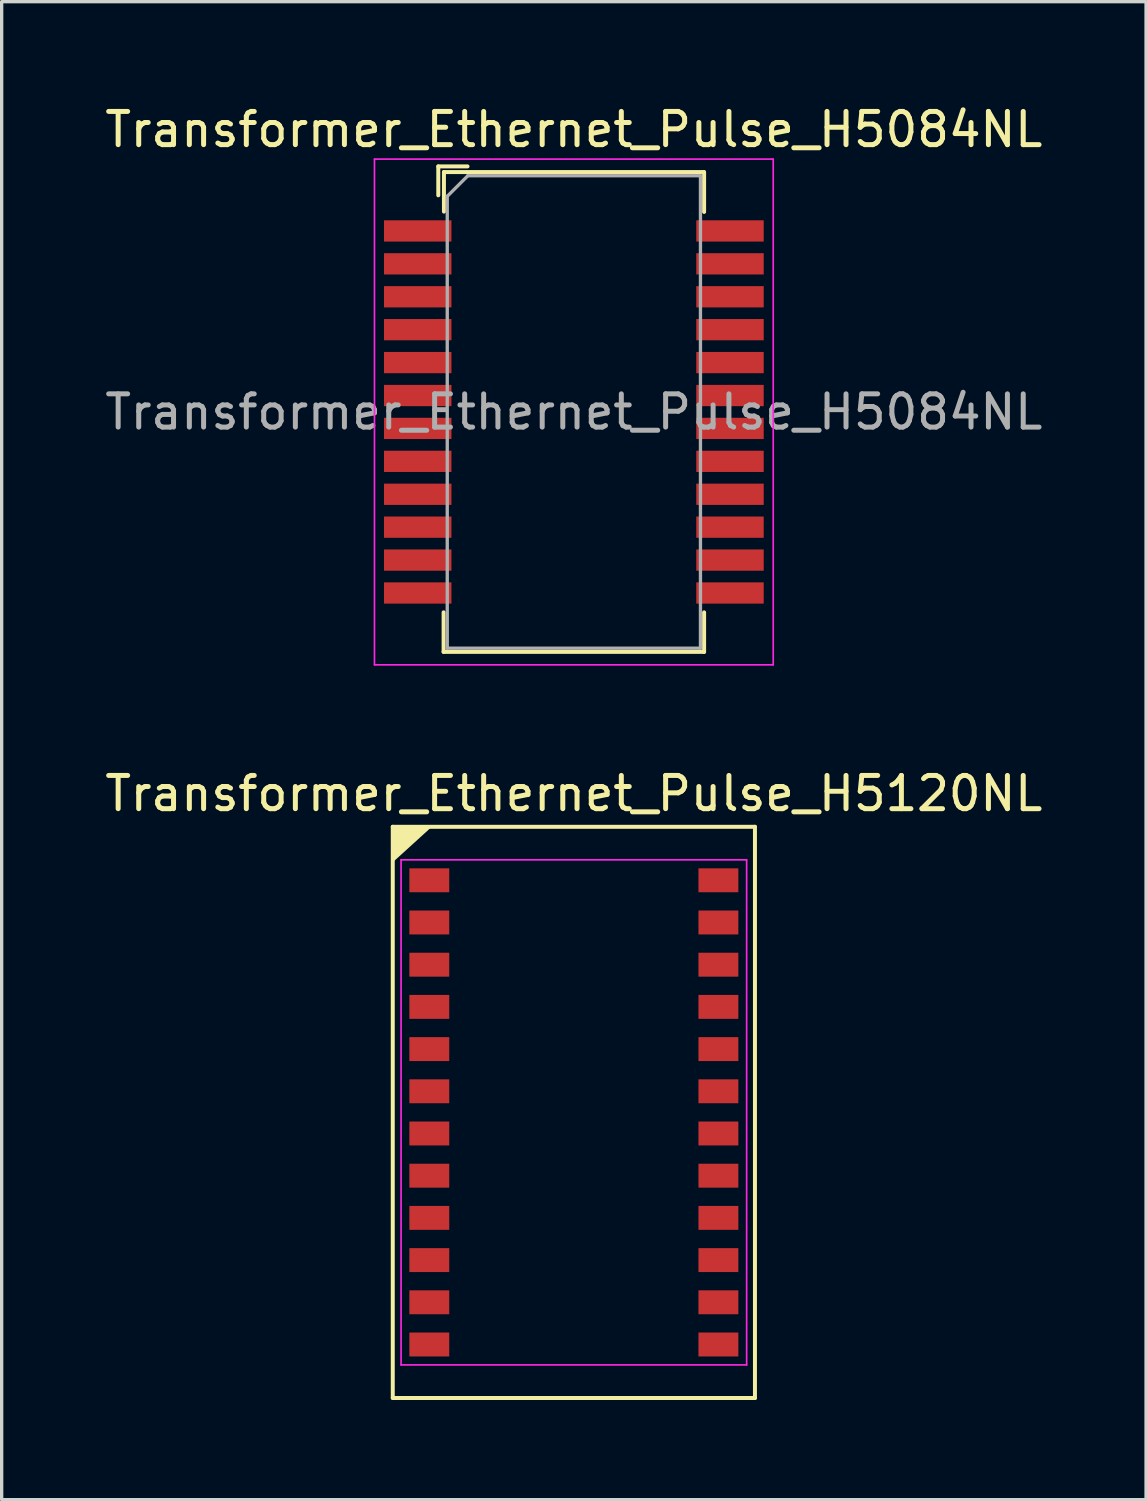
<source format=kicad_pcb>
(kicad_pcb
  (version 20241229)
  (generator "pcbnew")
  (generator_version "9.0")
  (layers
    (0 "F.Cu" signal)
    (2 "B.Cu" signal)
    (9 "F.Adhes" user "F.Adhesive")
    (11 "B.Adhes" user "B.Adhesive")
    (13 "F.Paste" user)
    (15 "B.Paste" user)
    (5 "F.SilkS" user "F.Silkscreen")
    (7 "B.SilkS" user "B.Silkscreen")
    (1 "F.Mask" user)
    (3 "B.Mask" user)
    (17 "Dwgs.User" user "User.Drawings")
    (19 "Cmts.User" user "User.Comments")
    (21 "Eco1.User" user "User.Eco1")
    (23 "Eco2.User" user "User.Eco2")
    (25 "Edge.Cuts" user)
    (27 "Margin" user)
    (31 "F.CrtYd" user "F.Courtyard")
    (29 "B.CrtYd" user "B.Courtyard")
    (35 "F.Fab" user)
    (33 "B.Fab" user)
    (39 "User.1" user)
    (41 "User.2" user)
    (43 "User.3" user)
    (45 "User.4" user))
  (footprint "Transformer_Ethernet_Pulse_H5120NL"
    (layer "F.Cu")
    (at 14.22 30.427)
    (property "Reference" "Transformer_Ethernet_Pulse_H5120NL" (at 0 -9.595 0) (layer "F.SilkS") (effects (font (size 1 1) (thickness 0.15))))
    (attr smd)
    (fp_line (start -5.45 -8.595) (end 5.45 -8.595) (stroke (width 0.12) (type solid)) (layer "F.SilkS"))
    (fp_line (start -5.45 8.595) (end -5.45 -8.595) (stroke (width 0.12) (type solid)) (layer "F.SilkS"))
    (fp_line (start 5.45 -8.595) (end 5.45 8.595) (stroke (width 0.12) (type solid)) (layer "F.SilkS"))
    (fp_line (start 5.45 8.595) (end -5.45 8.595) (stroke (width 0.12) (type solid)) (layer "F.SilkS"))
    (fp_poly (pts (xy -5.45 -7.595) (xy -5.45 -8.595) (xy -4.35 -8.595)) (stroke (width 0.1) (type solid)) (fill yes) (layer "F.SilkS"))
    (fp_line (start -5.2 -7.6) (end 5.2 -7.6) (stroke (width 0.05) (type solid)) (layer "F.CrtYd"))
    (fp_line (start -5.2 7.6) (end -5.2 -7.6) (stroke (width 0.05) (type solid)) (layer "F.CrtYd"))
    (fp_line (start 5.2 -7.6) (end 5.2 7.6) (stroke (width 0.05) (type solid)) (layer "F.CrtYd"))
    (fp_line (start 5.2 7.6) (end -5.2 7.6) (stroke (width 0.05) (type solid)) (layer "F.CrtYd"))
    (pad "1" smd rect (at -4.35 -6.985 270) (size 0.72 1.2) (layers "F.Cu" "F.Mask" "F.Paste"))
    (pad "2" smd rect (at -4.35 -5.715 270) (size 0.72 1.2) (layers "F.Cu" "F.Mask" "F.Paste"))
    (pad "3" smd rect (at -4.35 -4.445 270) (size 0.72 1.2) (layers "F.Cu" "F.Mask" "F.Paste"))
    (pad "4" smd rect (at -4.35 -3.175 270) (size 0.72 1.2) (layers "F.Cu" "F.Mask" "F.Paste"))
    (pad "5" smd rect (at -4.35 -1.905 270) (size 0.72 1.2) (layers "F.Cu" "F.Mask" "F.Paste"))
    (pad "6" smd rect (at -4.35 -0.635 270) (size 0.72 1.2) (layers "F.Cu" "F.Mask" "F.Paste"))
    (pad "7" smd rect (at -4.35 0.635 270) (size 0.72 1.2) (layers "F.Cu" "F.Mask" "F.Paste"))
    (pad "8" smd rect (at -4.35 1.905 270) (size 0.72 1.2) (layers "F.Cu" "F.Mask" "F.Paste"))
    (pad "9" smd rect (at -4.35 3.175 270) (size 0.72 1.2) (layers "F.Cu" "F.Mask" "F.Paste"))
    (pad "10" smd rect (at -4.35 4.445 270) (size 0.72 1.2) (layers "F.Cu" "F.Mask" "F.Paste"))
    (pad "11" smd rect (at -4.35 5.715 270) (size 0.72 1.2) (layers "F.Cu" "F.Mask" "F.Paste"))
    (pad "12" smd rect (at -4.35 6.985 270) (size 0.72 1.2) (layers "F.Cu" "F.Mask" "F.Paste"))
    (pad "13" smd rect (at 4.35 6.985 270) (size 0.72 1.2) (layers "F.Cu" "F.Mask" "F.Paste"))
    (pad "14" smd rect (at 4.35 5.715 270) (size 0.72 1.2) (layers "F.Cu" "F.Mask" "F.Paste"))
    (pad "15" smd rect (at 4.35 4.445 270) (size 0.72 1.2) (layers "F.Cu" "F.Mask" "F.Paste"))
    (pad "16" smd rect (at 4.35 3.175 270) (size 0.72 1.2) (layers "F.Cu" "F.Mask" "F.Paste"))
    (pad "17" smd rect (at 4.35 1.905 270) (size 0.72 1.2) (layers "F.Cu" "F.Mask" "F.Paste"))
    (pad "18" smd rect (at 4.35 0.635 270) (size 0.72 1.2) (layers "F.Cu" "F.Mask" "F.Paste"))
    (pad "19" smd rect (at 4.35 -0.635 270) (size 0.72 1.2) (layers "F.Cu" "F.Mask" "F.Paste"))
    (pad "20" smd rect (at 4.35 -1.905 270) (size 0.72 1.2) (layers "F.Cu" "F.Mask" "F.Paste"))
    (pad "21" smd rect (at 4.35 -3.175 270) (size 0.72 1.2) (layers "F.Cu" "F.Mask" "F.Paste"))
    (pad "22" smd rect (at 4.35 -4.445 270) (size 0.72 1.2) (layers "F.Cu" "F.Mask" "F.Paste"))
    (pad "23" smd rect (at 4.35 -5.715 270) (size 0.72 1.2) (layers "F.Cu" "F.Mask" "F.Paste"))
    (pad "24" smd rect (at 4.35 -6.985 270) (size 0.72 1.2) (layers "F.Cu" "F.Mask" "F.Paste")))
  (footprint "Transformer_Ethernet_Pulse_H5084NL"
    (layer "F.Cu")
    (at 14.22 9.348)
    (property "Reference" "Transformer_Ethernet_Pulse_H5084NL" (at 0 -8.5 0) (layer "F.SilkS") (effects (font (size 1 1) (thickness 0.15))))
    (attr smd)
    (fp_line (start -4.08 -7.39) (end -4.08 -6.52) (stroke (width 0.12) (type solid)) (layer "F.SilkS"))
    (fp_line (start -3.92 6.03) (end -3.92 7.22) (stroke (width 0.12) (type solid)) (layer "F.SilkS"))
    (fp_line (start -3.92 7.22) (end 3.92 7.22) (stroke (width 0.12) (type solid)) (layer "F.SilkS"))
    (fp_line (start -3.91 -7.22) (end -3.91 -6.03) (stroke (width 0.12) (type solid)) (layer "F.SilkS"))
    (fp_line (start -3.91 -7.22) (end 3.91 -7.22) (stroke (width 0.12) (type solid)) (layer "F.SilkS"))
    (fp_line (start -3.2 -7.39) (end -4.08 -7.39) (stroke (width 0.12) (type solid)) (layer "F.SilkS"))
    (fp_line (start 3.92 -7.22) (end 3.92 -6.02) (stroke (width 0.12) (type solid)) (layer "F.SilkS"))
    (fp_line (start 3.92 6.03) (end 3.92 7.22) (stroke (width 0.12) (type solid)) (layer "F.SilkS"))
    (fp_line (start -6 7.61) (end -6 -7.61) (stroke (width 0.05) (type solid)) (layer "F.CrtYd"))
    (fp_line (start -6 7.61) (end 6 7.61) (stroke (width 0.05) (type solid)) (layer "F.CrtYd"))
    (fp_line (start 6 -7.61) (end -6 -7.61) (stroke (width 0.05) (type solid)) (layer "F.CrtYd"))
    (fp_line (start 6 7.61) (end 6 -7.61) (stroke (width 0.05) (type solid)) (layer "F.CrtYd"))
    (fp_line (start -3.81 7.11) (end -3.81 -6.49) (stroke (width 0.1) (type solid)) (layer "F.Fab"))
    (fp_line (start -3.81 7.11) (end 3.81 7.11) (stroke (width 0.1) (type solid)) (layer "F.Fab"))
    (fp_line (start -3.19 -7.11) (end -3.81 -6.49) (stroke (width 0.1) (type solid)) (layer "F.Fab"))
    (fp_line (start -3.19 -7.11) (end 3.81 -7.11) (stroke (width 0.1) (type solid)) (layer "F.Fab"))
    (fp_line (start 3.81 7.11) (end 3.81 -7.11) (stroke (width 0.1) (type solid)) (layer "F.Fab"))
    (fp_text user "${REFERENCE}" (at 0 0 0) (layer "F.Fab") (effects (font (size 1 1) (thickness 0.15))))
    (pad "1" smd rect (at -4.699 -5.448 270) (size 0.64 2.03) (layers "F.Cu" "F.Mask" "F.Paste"))
    (pad "2" smd rect (at -4.699 -4.458 270) (size 0.64 2.03) (layers "F.Cu" "F.Mask" "F.Paste"))
    (pad "3" smd rect (at -4.699 -3.467 270) (size 0.64 2.03) (layers "F.Cu" "F.Mask" "F.Paste"))
    (pad "4" smd rect (at -4.699 -2.477 270) (size 0.64 2.03) (layers "F.Cu" "F.Mask" "F.Paste"))
    (pad "5" smd rect (at -4.699 -1.486 270) (size 0.64 2.03) (layers "F.Cu" "F.Mask" "F.Paste"))
    (pad "6" smd rect (at -4.699 -0.495 270) (size 0.64 2.03) (layers "F.Cu" "F.Mask" "F.Paste"))
    (pad "7" smd rect (at -4.699 0.495 270) (size 0.64 2.03) (layers "F.Cu" "F.Mask" "F.Paste"))
    (pad "8" smd rect (at -4.699 1.486 270) (size 0.64 2.03) (layers "F.Cu" "F.Mask" "F.Paste"))
    (pad "9" smd rect (at -4.699 2.477 270) (size 0.64 2.03) (layers "F.Cu" "F.Mask" "F.Paste"))
    (pad "10" smd rect (at -4.699 3.467 270) (size 0.64 2.03) (layers "F.Cu" "F.Mask" "F.Paste"))
    (pad "11" smd rect (at -4.699 4.458 270) (size 0.64 2.03) (layers "F.Cu" "F.Mask" "F.Paste"))
    (pad "12" smd rect (at -4.699 5.448 270) (size 0.64 2.03) (layers "F.Cu" "F.Mask" "F.Paste"))
    (pad "13" smd rect (at 4.699 5.448 270) (size 0.64 2.03) (layers "F.Cu" "F.Mask" "F.Paste"))
    (pad "14" smd rect (at 4.699 4.458 270) (size 0.64 2.03) (layers "F.Cu" "F.Mask" "F.Paste"))
    (pad "15" smd rect (at 4.699 3.467 270) (size 0.64 2.03) (layers "F.Cu" "F.Mask" "F.Paste"))
    (pad "16" smd rect (at 4.699 2.477 270) (size 0.64 2.03) (layers "F.Cu" "F.Mask" "F.Paste"))
    (pad "17" smd rect (at 4.699 1.486 270) (size 0.64 2.03) (layers "F.Cu" "F.Mask" "F.Paste"))
    (pad "18" smd rect (at 4.699 0.495 270) (size 0.64 2.03) (layers "F.Cu" "F.Mask" "F.Paste"))
    (pad "19" smd rect (at 4.699 -0.495 270) (size 0.64 2.03) (layers "F.Cu" "F.Mask" "F.Paste"))
    (pad "20" smd rect (at 4.699 -1.486 270) (size 0.64 2.03) (layers "F.Cu" "F.Mask" "F.Paste"))
    (pad "21" smd rect (at 4.699 -2.477 270) (size 0.64 2.03) (layers "F.Cu" "F.Mask" "F.Paste"))
    (pad "22" smd rect (at 4.699 -3.467 270) (size 0.64 2.03) (layers "F.Cu" "F.Mask" "F.Paste"))
    (pad "23" smd rect (at 4.699 -4.458 270) (size 0.64 2.03) (layers "F.Cu" "F.Mask" "F.Paste"))
    (pad "24" smd rect (at 4.699 -5.448 270) (size 0.64 2.03) (layers "F.Cu" "F.Mask" "F.Paste")))
  (gr_rect
    (start -3 -3)
    (end 31.44 42.081)
    (stroke (width 0.1) (type default))
    (fill no)
    (layer "Edge.Cuts")))
</source>
